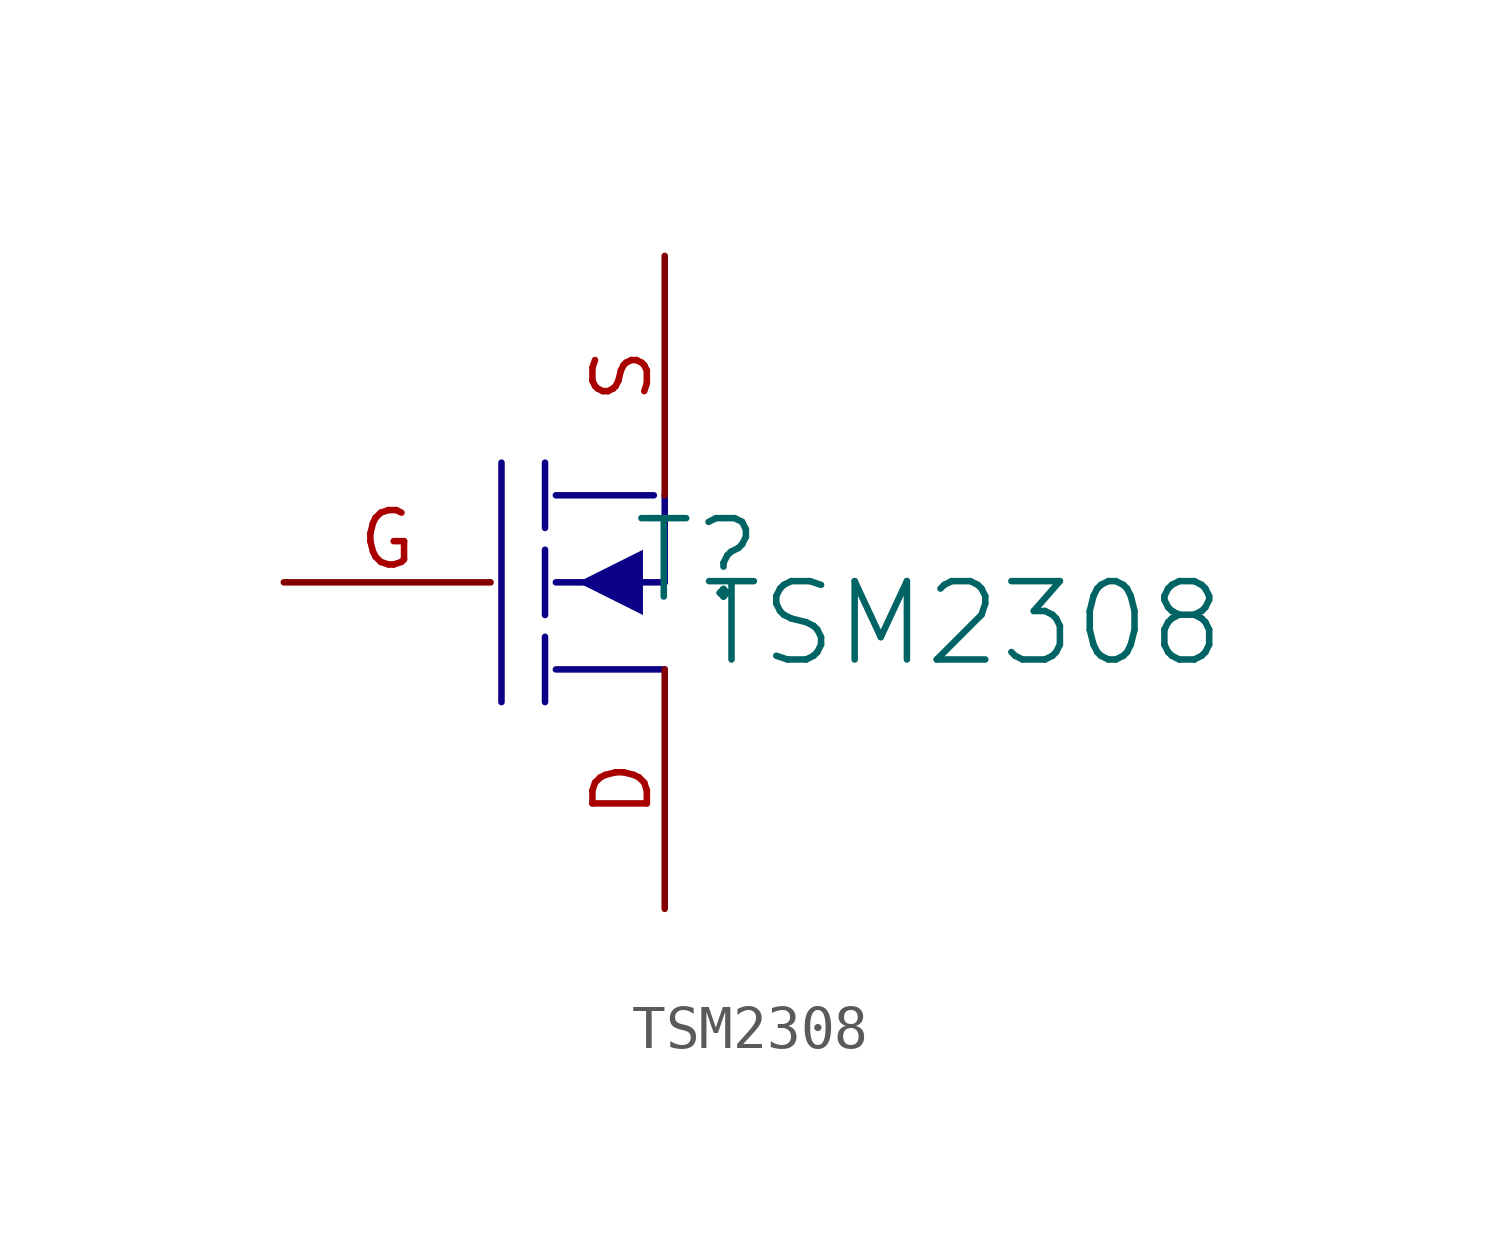
<source format=kicad_sym>
(kicad_symbol_lib
  (version 20241209)
  (generator "kicad_symbol_editor")
  (generator_version "9.0")
  (symbol "TSM2308"
    (pin_names
      (hide yes))
    (property "Reference" "T"
      (at 8.382 0.508 0)
      (effects (font (size 1.829 1.829))))
    (property "Value" "TSM2308"
      (at 8.382 -2.032 0)
      (effects (font (size 1.829 1.829)) (justify left bottom)))
    (symbol "TSM2308_1_0"
      (polyline (pts (xy 3.81 -2.794) (xy 3.81 2.794)) (stroke (width 0) (type solid) (color 12 0 135 1)) (fill (type none)))
      (polyline (pts (xy 4.826 1.27) (xy 4.826 2.794)) (stroke (width 0) (type solid) (color 12 0 135 1)) (fill (type none)))
      (polyline (pts (xy 4.826 -0.762) (xy 4.826 0.762)) (stroke (width 0) (type solid) (color 12 0 135 1)) (fill (type none)))
      (polyline (pts (xy 4.826 -2.794) (xy 4.826 -1.27)) (stroke (width 0) (type solid) (color 12 0 135 1)) (fill (type none)))
      (polyline (pts (xy 5.08 2.032) (xy 7.366 2.032)) (stroke (width 0) (type solid) (color 12 0 135 1)) (fill (type none)))
      (polyline (pts (xy 5.08 0) (xy 7.62 0)) (stroke (width 0) (type solid) (color 12 0 135 1)) (fill (type none)))
      (polyline (pts (xy 7.112 -0.762) (xy 5.588 0) (xy 7.112 0.762) (xy 7.112 -0.762)) (stroke (width -0.0001) (type solid) (color 12 0 135 1)) (fill (type outline)))
      (polyline (pts (xy 7.62 2.032) (xy 7.62 0)) (stroke (width 0) (type solid) (color 12 0 135 1)) (fill (type none)))
      (polyline (pts (xy 7.62 -2.032) (xy 5.08 -2.032)) (stroke (width 0) (type solid) (color 12 0 135 1)) (fill (type none)))
      (pin passive line (at -1.27 0 0) (length 4.826) (name "G" (effects (font (size 1.27 1.27)))) (number "G" (effects (font (size 1.27 1.27)))))
      (pin passive line (at 7.62 7.62 270) (length 5.588) (name "S" (effects (font (size 1.27 1.27)))) (number "S" (effects (font (size 1.27 1.27)))))
      (pin passive line (at 7.62 -7.62 90) (length 5.588) (name "D" (effects (font (size 1.27 1.27)))) (number "D" (effects (font (size 1.27 1.27))))))))
</source>
